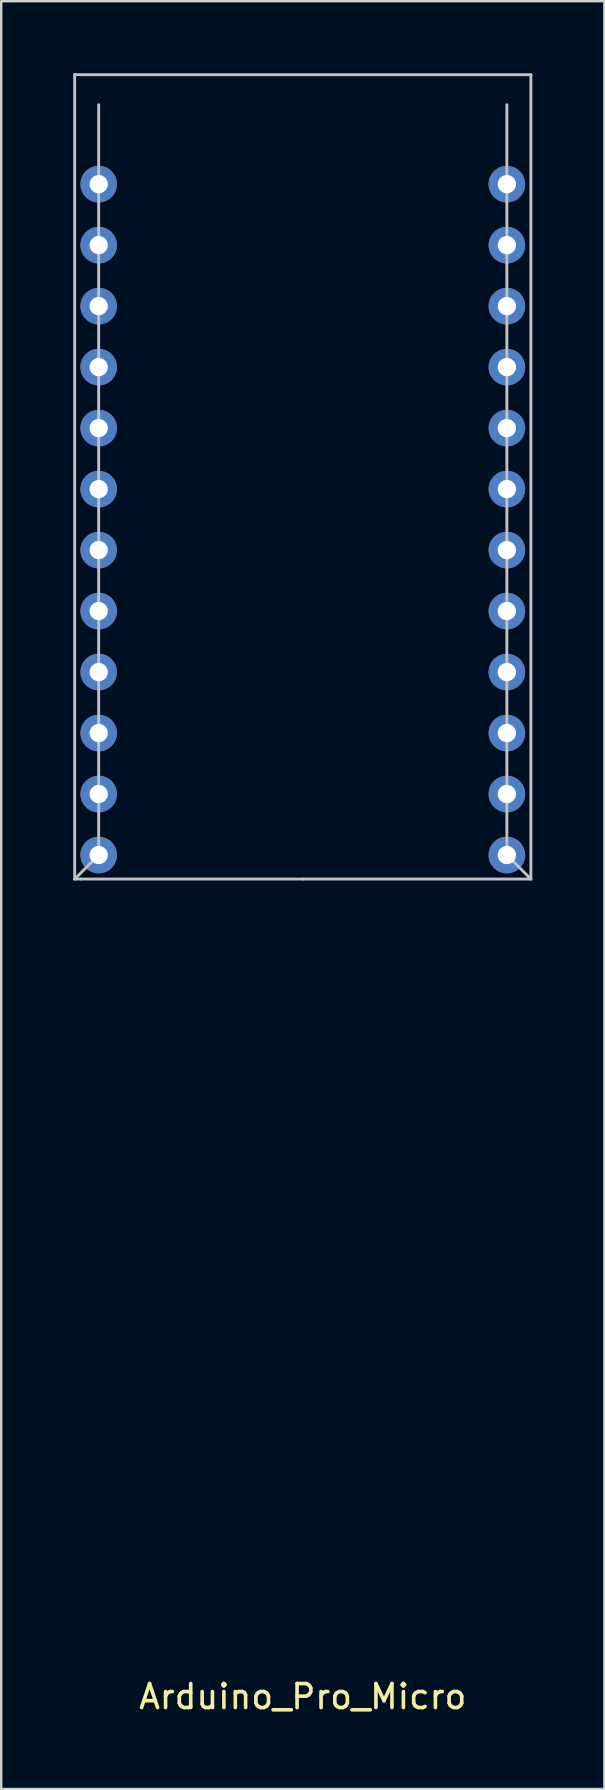
<source format=kicad_pcb>
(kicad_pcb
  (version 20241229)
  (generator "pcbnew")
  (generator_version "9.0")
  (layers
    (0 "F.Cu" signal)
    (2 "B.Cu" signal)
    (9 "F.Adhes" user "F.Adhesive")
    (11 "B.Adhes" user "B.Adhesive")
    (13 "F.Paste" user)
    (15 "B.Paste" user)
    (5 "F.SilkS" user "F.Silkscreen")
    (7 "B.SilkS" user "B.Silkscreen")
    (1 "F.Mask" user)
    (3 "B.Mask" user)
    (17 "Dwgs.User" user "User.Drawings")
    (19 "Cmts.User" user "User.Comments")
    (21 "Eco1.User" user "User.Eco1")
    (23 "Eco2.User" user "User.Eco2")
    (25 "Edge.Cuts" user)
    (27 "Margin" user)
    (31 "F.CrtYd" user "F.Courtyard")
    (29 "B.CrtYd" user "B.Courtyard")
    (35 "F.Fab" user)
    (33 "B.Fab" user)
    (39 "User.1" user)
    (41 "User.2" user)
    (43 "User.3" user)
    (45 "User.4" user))
  (footprint "Arduino_Pro_Micro"
    (layer "F.Cu")
    (at 9.56 16.81)
    (property "Reference" "Arduino_Pro_Micro" (at 0 50.8 0) (layer "F.SilkS") (effects (font (size 1 1) (thickness 0.15))))
    (attr through_hole)
    (fp_line (start -9.5 -16.75) (end -9.5 16.75) (stroke (width 0.12) (type solid)) (layer "Dwgs.User"))
    (fp_line (start -9.5 16.75) (end -8.5 15.75) (stroke (width 0.12) (type solid)) (layer "Dwgs.User"))
    (fp_line (start -9.25 16.75) (end -9.5 16.75) (stroke (width 0.12) (type solid)) (layer "Dwgs.User"))
    (fp_line (start -8.5 15.75) (end -8.5 -15.5) (stroke (width 0.12) (type solid)) (layer "Dwgs.User"))
    (fp_line (start 0 16.75) (end -9.25 16.75) (stroke (width 0.12) (type solid)) (layer "Dwgs.User"))
    (fp_line (start 0 16.75) (end 9.5 16.75) (stroke (width 0.12) (type solid)) (layer "Dwgs.User"))
    (fp_line (start 8.5 15.75) (end 8.5 -15.5) (stroke (width 0.12) (type solid)) (layer "Dwgs.User"))
    (fp_line (start 9.5 -16.75) (end -9.5 -16.75) (stroke (width 0.12) (type solid)) (layer "Dwgs.User"))
    (fp_line (start 9.5 16.75) (end 8.5 15.75) (stroke (width 0.12) (type solid)) (layer "Dwgs.User"))
    (fp_line (start 9.5 16.75) (end 9.5 -16.75) (stroke (width 0.12) (type solid)) (layer "Dwgs.User"))
    (pad "1" thru_hole circle (at -8.5 -12.19) (size 1.524 1.524) (drill 0.762) (layers "*.Cu" "*.Mask"))
    (pad "2" thru_hole circle (at -8.5 -9.65) (size 1.524 1.524) (drill 0.762) (layers "*.Cu" "*.Mask"))
    (pad "3" thru_hole circle (at -8.5 -7.11) (size 1.524 1.524) (drill 0.762) (layers "*.Cu" "*.Mask"))
    (pad "4" thru_hole circle (at -8.5 -4.57) (size 1.524 1.524) (drill 0.762) (layers "*.Cu" "*.Mask"))
    (pad "5" thru_hole circle (at -8.5 -2.03) (size 1.524 1.524) (drill 0.762) (layers "*.Cu" "*.Mask"))
    (pad "6" thru_hole circle (at -8.5 0.51) (size 1.524 1.524) (drill 0.762) (layers "*.Cu" "*.Mask"))
    (pad "7" thru_hole circle (at -8.5 3.05) (size 1.524 1.524) (drill 0.762) (layers "*.Cu" "*.Mask"))
    (pad "8" thru_hole circle (at -8.5 5.59) (size 1.524 1.524) (drill 0.762) (layers "*.Cu" "*.Mask"))
    (pad "9" thru_hole circle (at -8.5 8.13) (size 1.524 1.524) (drill 0.762) (layers "*.Cu" "*.Mask"))
    (pad "10" thru_hole circle (at -8.5 10.67) (size 1.524 1.524) (drill 0.762) (layers "*.Cu" "*.Mask"))
    (pad "11" thru_hole circle (at -8.5 13.21) (size 1.524 1.524) (drill 0.762) (layers "*.Cu" "*.Mask"))
    (pad "12" thru_hole circle (at -8.5 15.75) (size 1.524 1.524) (drill 0.762) (layers "*.Cu" "*.Mask"))
    (pad "13" thru_hole circle (at 8.5 15.75) (size 1.524 1.524) (drill 0.762) (layers "*.Cu" "*.Mask"))
    (pad "14" thru_hole circle (at 8.5 13.21) (size 1.524 1.524) (drill 0.762) (layers "*.Cu" "*.Mask"))
    (pad "15" thru_hole circle (at 8.5 10.67) (size 1.524 1.524) (drill 0.762) (layers "*.Cu" "*.Mask"))
    (pad "16" thru_hole circle (at 8.5 8.13) (size 1.524 1.524) (drill 0.762) (layers "*.Cu" "*.Mask"))
    (pad "17" thru_hole circle (at 8.5 5.59) (size 1.524 1.524) (drill 0.762) (layers "*.Cu" "*.Mask"))
    (pad "18" thru_hole circle (at 8.5 3.05) (size 1.524 1.524) (drill 0.762) (layers "*.Cu" "*.Mask"))
    (pad "19" thru_hole circle (at 8.5 0.51) (size 1.524 1.524) (drill 0.762) (layers "*.Cu" "*.Mask"))
    (pad "20" thru_hole circle (at 8.5 -2.03) (size 1.524 1.524) (drill 0.762) (layers "*.Cu" "*.Mask"))
    (pad "21" thru_hole circle (at 8.5 -4.57) (size 1.524 1.524) (drill 0.762) (layers "*.Cu" "*.Mask"))
    (pad "22" thru_hole circle (at 8.5 -7.11) (size 1.524 1.524) (drill 0.762) (layers "*.Cu" "*.Mask"))
    (pad "23" thru_hole circle (at 8.5 -9.65) (size 1.524 1.524) (drill 0.762) (layers "*.Cu" "*.Mask"))
    (pad "24" thru_hole circle (at 8.5 -12.19) (size 1.524 1.524) (drill 0.762) (layers "*.Cu" "*.Mask")))
  (gr_rect
    (start -3 -3)
    (end 22.12 71.458)
    (stroke (width 0.1) (type default))
    (fill no)
    (layer "Edge.Cuts")))
</source>
